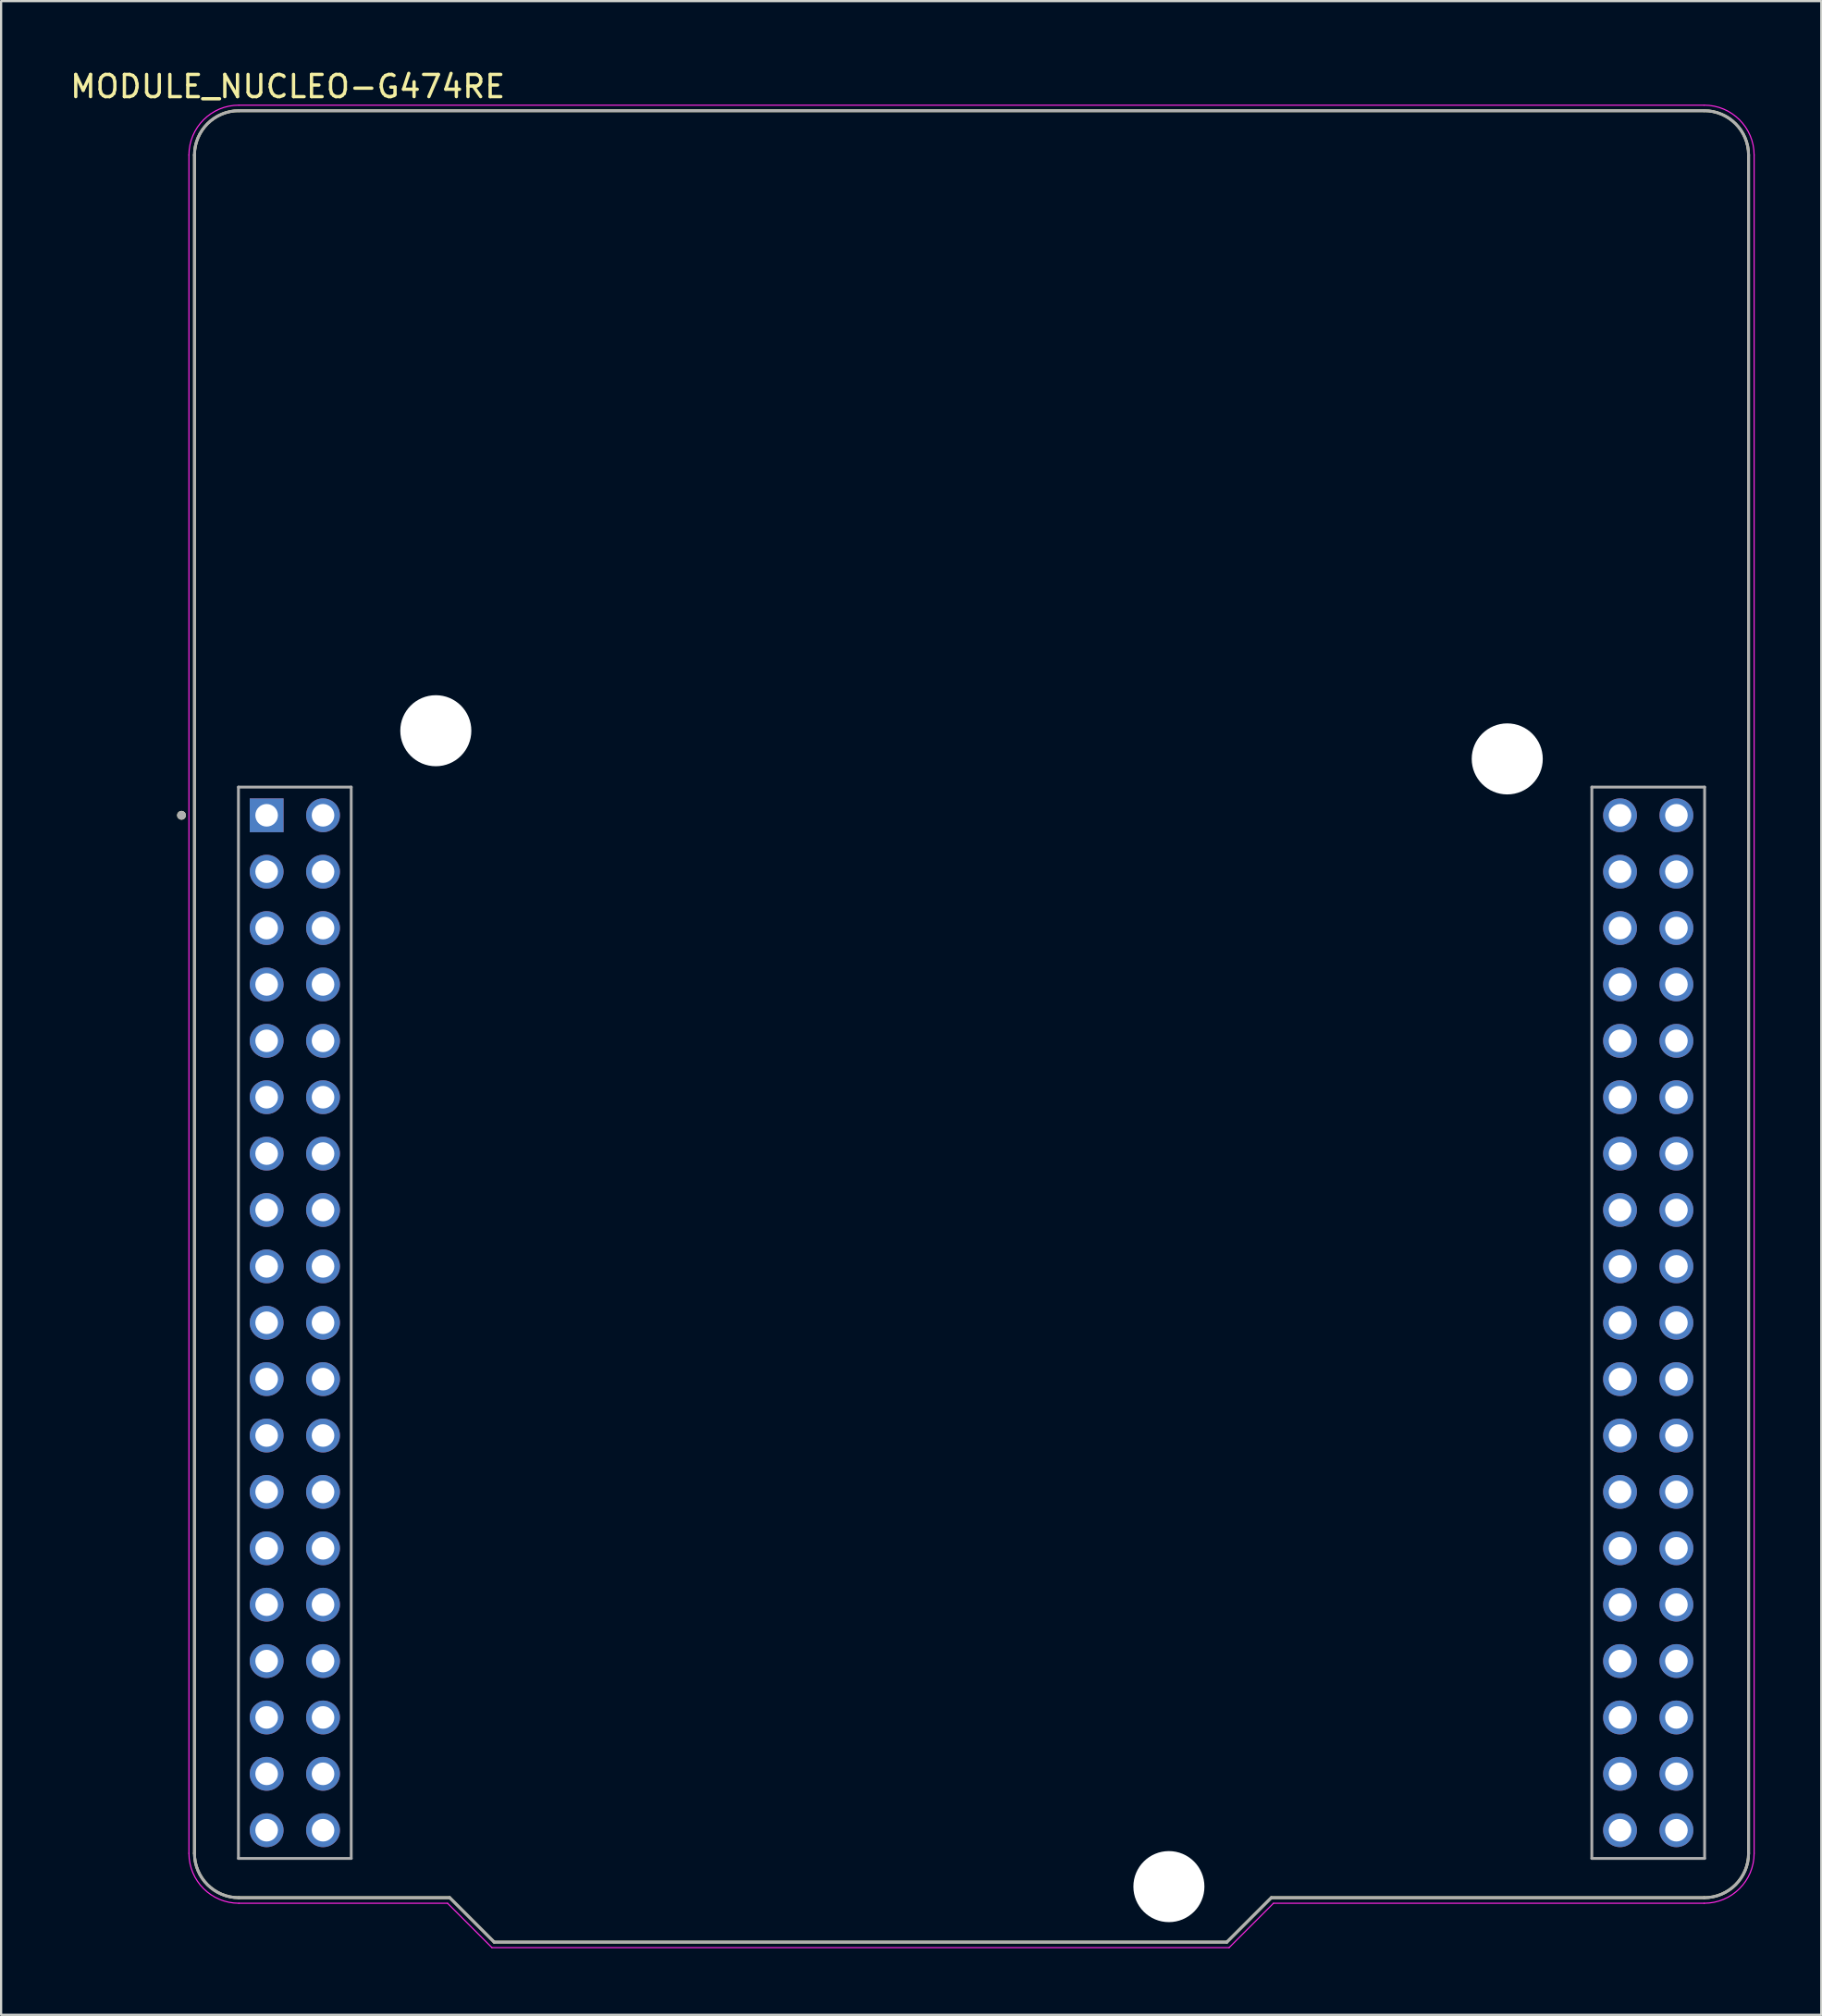
<source format=kicad_pcb>
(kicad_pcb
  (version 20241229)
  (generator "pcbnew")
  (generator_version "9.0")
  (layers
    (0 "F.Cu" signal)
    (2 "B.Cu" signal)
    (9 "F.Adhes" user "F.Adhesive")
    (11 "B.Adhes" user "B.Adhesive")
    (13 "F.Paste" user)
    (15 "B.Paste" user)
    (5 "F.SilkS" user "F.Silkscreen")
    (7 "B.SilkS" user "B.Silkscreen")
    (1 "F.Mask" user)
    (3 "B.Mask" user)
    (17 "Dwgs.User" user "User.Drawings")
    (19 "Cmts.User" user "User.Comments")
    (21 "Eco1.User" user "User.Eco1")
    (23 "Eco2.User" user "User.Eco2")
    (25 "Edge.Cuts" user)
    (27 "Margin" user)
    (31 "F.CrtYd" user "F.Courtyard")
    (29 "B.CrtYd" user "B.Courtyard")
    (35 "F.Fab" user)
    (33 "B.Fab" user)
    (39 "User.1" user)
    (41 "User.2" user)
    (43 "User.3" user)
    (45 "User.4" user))
  (footprint "MODULE_NUCLEO-G474RE"
    (layer "F.Cu")
    (at 40.71 43.187)
    (property "Reference" "MODULE_NUCLEO-G474RE" (at -30.8 -42.339 0) (layer "F.SilkS") (effects (font (size 1 1) (thickness 0.15))))
    (attr through_hole)
    (fp_line (start -35 -39.25) (end -35 37.25) (stroke (width 0.127) (type solid)) (layer "F.SilkS"))
    (fp_line (start -33 -41.25) (end 33 -41.25) (stroke (width 0.127) (type solid)) (layer "F.SilkS"))
    (fp_line (start -33 39.25) (end -23.5 39.25) (stroke (width 0.127) (type solid)) (layer "F.SilkS"))
    (fp_line (start -23.5 39.25) (end -21.5 41.25) (stroke (width 0.127) (type solid)) (layer "F.SilkS"))
    (fp_line (start -21.5 41.25) (end 11.5 41.25) (stroke (width 0.127) (type solid)) (layer "F.SilkS"))
    (fp_line (start 11.5 41.25) (end 13.5 39.25) (stroke (width 0.127) (type solid)) (layer "F.SilkS"))
    (fp_line (start 13.5 39.25) (end 33 39.25) (stroke (width 0.127) (type solid)) (layer "F.SilkS"))
    (fp_line (start 35 37.25) (end 35 -39.25) (stroke (width 0.127) (type solid)) (layer "F.SilkS"))
    (fp_arc (start -35 -39.25) (mid -34.414214 -40.664214) (end -33 -41.25) (stroke (width 0.127) (type solid)) (layer "F.SilkS"))
    (fp_arc (start -33 39.25) (mid -34.414214 38.664214) (end -35 37.25) (stroke (width 0.127) (type solid)) (layer "F.SilkS"))
    (fp_arc (start 33 -41.25) (mid 34.414214 -40.664214) (end 35 -39.25) (stroke (width 0.127) (type solid)) (layer "F.SilkS"))
    (fp_arc (start 35 37.25) (mid 34.414214 38.664214) (end 33 39.25) (stroke (width 0.127) (type solid)) (layer "F.SilkS"))
    (fp_circle (center -35.585 -9.51) (end -35.485 -9.51) (stroke (width 0.2) (type solid)) (fill no) (layer "F.SilkS"))
    (fp_line (start -35.25 -39.25) (end -35.25 37.25) (stroke (width 0.05) (type solid)) (layer "F.CrtYd"))
    (fp_line (start -33 -41.5) (end 33 -41.5) (stroke (width 0.05) (type solid)) (layer "F.CrtYd"))
    (fp_line (start -33 39.5) (end -23.6 39.5) (stroke (width 0.05) (type solid)) (layer "F.CrtYd"))
    (fp_line (start -23.6 39.5) (end -21.6 41.5) (stroke (width 0.05) (type solid)) (layer "F.CrtYd"))
    (fp_line (start -21.6 41.5) (end 11.6 41.5) (stroke (width 0.05) (type solid)) (layer "F.CrtYd"))
    (fp_line (start 11.6 41.5) (end 13.6 39.5) (stroke (width 0.05) (type solid)) (layer "F.CrtYd"))
    (fp_line (start 13.6 39.5) (end 33 39.5) (stroke (width 0.05) (type solid)) (layer "F.CrtYd"))
    (fp_line (start 35.25 37.25) (end 35.25 -39.25) (stroke (width 0.05) (type solid)) (layer "F.CrtYd"))
    (fp_arc (start -35.25 -39.25) (mid -34.59099 -40.84099) (end -33 -41.5) (stroke (width 0.05) (type solid)) (layer "F.CrtYd"))
    (fp_arc (start -33 39.5) (mid -34.59099 38.84099) (end -35.25 37.25) (stroke (width 0.05) (type solid)) (layer "F.CrtYd"))
    (fp_arc (start 33 -41.5) (mid 34.59099 -40.84099) (end 35.25 -39.25) (stroke (width 0.05) (type solid)) (layer "F.CrtYd"))
    (fp_arc (start 35.25 37.25) (mid 34.59099 38.84099) (end 33 39.5) (stroke (width 0.05) (type solid)) (layer "F.CrtYd"))
    (fp_line (start -35 -39.25) (end -35 37.25) (stroke (width 0.127) (type solid)) (layer "F.Fab"))
    (fp_line (start -33.02 -10.78) (end -27.94 -10.78) (stroke (width 0.127) (type solid)) (layer "F.Fab"))
    (fp_line (start -33.02 37.48) (end -33.02 -10.78) (stroke (width 0.127) (type solid)) (layer "F.Fab"))
    (fp_line (start -33 -41.25) (end 33 -41.25) (stroke (width 0.127) (type solid)) (layer "F.Fab"))
    (fp_line (start -33 39.25) (end -23.5 39.25) (stroke (width 0.127) (type solid)) (layer "F.Fab"))
    (fp_line (start -27.94 -10.78) (end -27.94 37.48) (stroke (width 0.127) (type solid)) (layer "F.Fab"))
    (fp_line (start -27.94 37.48) (end -33.02 37.48) (stroke (width 0.127) (type solid)) (layer "F.Fab"))
    (fp_line (start -23.5 39.25) (end -21.5 41.25) (stroke (width 0.127) (type solid)) (layer "F.Fab"))
    (fp_line (start -21.5 41.25) (end 11.5 41.25) (stroke (width 0.127) (type solid)) (layer "F.Fab"))
    (fp_line (start 11.5 41.25) (end 13.5 39.25) (stroke (width 0.127) (type solid)) (layer "F.Fab"))
    (fp_line (start 13.5 39.25) (end 33 39.25) (stroke (width 0.127) (type solid)) (layer "F.Fab"))
    (fp_line (start 27.94 -10.78) (end 33.02 -10.78) (stroke (width 0.127) (type solid)) (layer "F.Fab"))
    (fp_line (start 27.94 37.48) (end 27.94 -10.78) (stroke (width 0.127) (type solid)) (layer "F.Fab"))
    (fp_line (start 33.02 -10.78) (end 33.02 37.48) (stroke (width 0.127) (type solid)) (layer "F.Fab"))
    (fp_line (start 33.02 37.48) (end 27.94 37.48) (stroke (width 0.127) (type solid)) (layer "F.Fab"))
    (fp_line (start 35 37.25) (end 35 -39.25) (stroke (width 0.127) (type solid)) (layer "F.Fab"))
    (fp_arc (start -35 -39.25) (mid -34.414214 -40.664214) (end -33 -41.25) (stroke (width 0.127) (type solid)) (layer "F.Fab"))
    (fp_arc (start -33 39.25) (mid -34.414214 38.664214) (end -35 37.25) (stroke (width 0.127) (type solid)) (layer "F.Fab"))
    (fp_arc (start 33 -41.25) (mid 34.414214 -40.664214) (end 35 -39.25) (stroke (width 0.127) (type solid)) (layer "F.Fab"))
    (fp_arc (start 35 37.25) (mid 34.414214 38.664214) (end 33 39.25) (stroke (width 0.127) (type solid)) (layer "F.Fab"))
    (fp_circle (center -35.585 -9.51) (end -35.485 -9.51) (stroke (width 0.2) (type solid)) (fill no) (layer "F.Fab"))
    (pad "" np_thru_hole circle (at -24.13 -13.32) (size 3.2 3.2) (drill 3.2) (layers "*.Cu" "*.Mask"))
    (pad "" np_thru_hole circle (at 8.89 38.75) (size 3.2 3.2) (drill 3.2) (layers "*.Cu" "*.Mask"))
    (pad "" np_thru_hole circle (at 24.13 -12.05) (size 3.2 3.2) (drill 3.2) (layers "*.Cu" "*.Mask"))
    (pad "CN7_1" thru_hole rect (at -31.75 -9.51) (size 1.524 1.524) (drill 1.016) (layers "*.Cu" "*.Mask"))
    (pad "CN7_2" thru_hole circle (at -29.21 -9.51) (size 1.524 1.524) (drill 1.016) (layers "*.Cu" "*.Mask"))
    (pad "CN7_3" thru_hole circle (at -31.75 -6.97) (size 1.524 1.524) (drill 1.016) (layers "*.Cu" "*.Mask"))
    (pad "CN7_4" thru_hole circle (at -29.21 -6.97) (size 1.524 1.524) (drill 1.016) (layers "*.Cu" "*.Mask"))
    (pad "CN7_5" thru_hole circle (at -31.75 -4.43) (size 1.524 1.524) (drill 1.016) (layers "*.Cu" "*.Mask"))
    (pad "CN7_6" thru_hole circle (at -29.21 -4.43) (size 1.524 1.524) (drill 1.016) (layers "*.Cu" "*.Mask"))
    (pad "CN7_7" thru_hole circle (at -31.75 -1.89) (size 1.524 1.524) (drill 1.016) (layers "*.Cu" "*.Mask"))
    (pad "CN7_8" thru_hole circle (at -29.21 -1.89) (size 1.524 1.524) (drill 1.016) (layers "*.Cu" "*.Mask"))
    (pad "CN7_9" thru_hole circle (at -31.75 0.65) (size 1.524 1.524) (drill 1.016) (layers "*.Cu" "*.Mask"))
    (pad "CN7_10" thru_hole circle (at -29.21 0.65) (size 1.524 1.524) (drill 1.016) (layers "*.Cu" "*.Mask"))
    (pad "CN7_11" thru_hole circle (at -31.75 3.19) (size 1.524 1.524) (drill 1.016) (layers "*.Cu" "*.Mask"))
    (pad "CN7_12" thru_hole circle (at -29.21 3.19) (size 1.524 1.524) (drill 1.016) (layers "*.Cu" "*.Mask"))
    (pad "CN7_13" thru_hole circle (at -31.75 5.73) (size 1.524 1.524) (drill 1.016) (layers "*.Cu" "*.Mask"))
    (pad "CN7_14" thru_hole circle (at -29.21 5.73) (size 1.524 1.524) (drill 1.016) (layers "*.Cu" "*.Mask"))
    (pad "CN7_15" thru_hole circle (at -31.75 8.27) (size 1.524 1.524) (drill 1.016) (layers "*.Cu" "*.Mask"))
    (pad "CN7_16" thru_hole circle (at -29.21 8.27) (size 1.524 1.524) (drill 1.016) (layers "*.Cu" "*.Mask"))
    (pad "CN7_17" thru_hole circle (at -31.75 10.81) (size 1.524 1.524) (drill 1.016) (layers "*.Cu" "*.Mask"))
    (pad "CN7_18" thru_hole circle (at -29.21 10.81) (size 1.524 1.524) (drill 1.016) (layers "*.Cu" "*.Mask"))
    (pad "CN7_19" thru_hole circle (at -31.75 13.35) (size 1.524 1.524) (drill 1.016) (layers "*.Cu" "*.Mask"))
    (pad "CN7_20" thru_hole circle (at -29.21 13.35) (size 1.524 1.524) (drill 1.016) (layers "*.Cu" "*.Mask"))
    (pad "CN7_21" thru_hole circle (at -31.75 15.89) (size 1.524 1.524) (drill 1.016) (layers "*.Cu" "*.Mask"))
    (pad "CN7_22" thru_hole circle (at -29.21 15.89) (size 1.524 1.524) (drill 1.016) (layers "*.Cu" "*.Mask"))
    (pad "CN7_23" thru_hole circle (at -31.75 18.43) (size 1.524 1.524) (drill 1.016) (layers "*.Cu" "*.Mask"))
    (pad "CN7_24" thru_hole circle (at -29.21 18.43) (size 1.524 1.524) (drill 1.016) (layers "*.Cu" "*.Mask"))
    (pad "CN7_25" thru_hole circle (at -31.75 20.97) (size 1.524 1.524) (drill 1.016) (layers "*.Cu" "*.Mask"))
    (pad "CN7_26" thru_hole circle (at -29.21 20.97) (size 1.524 1.524) (drill 1.016) (layers "*.Cu" "*.Mask"))
    (pad "CN7_27" thru_hole circle (at -31.75 23.51) (size 1.524 1.524) (drill 1.016) (layers "*.Cu" "*.Mask"))
    (pad "CN7_28" thru_hole circle (at -29.21 23.51) (size 1.524 1.524) (drill 1.016) (layers "*.Cu" "*.Mask"))
    (pad "CN7_29" thru_hole circle (at -31.75 26.05) (size 1.524 1.524) (drill 1.016) (layers "*.Cu" "*.Mask"))
    (pad "CN7_30" thru_hole circle (at -29.21 26.05) (size 1.524 1.524) (drill 1.016) (layers "*.Cu" "*.Mask"))
    (pad "CN7_31" thru_hole circle (at -31.75 28.59) (size 1.524 1.524) (drill 1.016) (layers "*.Cu" "*.Mask"))
    (pad "CN7_32" thru_hole circle (at -29.21 28.59) (size 1.524 1.524) (drill 1.016) (layers "*.Cu" "*.Mask"))
    (pad "CN7_33" thru_hole circle (at -31.75 31.13) (size 1.524 1.524) (drill 1.016) (layers "*.Cu" "*.Mask"))
    (pad "CN7_34" thru_hole circle (at -29.21 31.13) (size 1.524 1.524) (drill 1.016) (layers "*.Cu" "*.Mask"))
    (pad "CN7_35" thru_hole circle (at -31.75 33.67) (size 1.524 1.524) (drill 1.016) (layers "*.Cu" "*.Mask"))
    (pad "CN7_36" thru_hole circle (at -29.21 33.67) (size 1.524 1.524) (drill 1.016) (layers "*.Cu" "*.Mask"))
    (pad "CN7_37" thru_hole circle (at -31.75 36.21) (size 1.524 1.524) (drill 1.016) (layers "*.Cu" "*.Mask"))
    (pad "CN7_38" thru_hole circle (at -29.21 36.21) (size 1.524 1.524) (drill 1.016) (layers "*.Cu" "*.Mask"))
    (pad "CN10_1" thru_hole circle (at 29.21 -9.51) (size 1.524 1.524) (drill 1.016) (layers "*.Cu" "*.Mask"))
    (pad "CN10_2" thru_hole circle (at 31.75 -9.51) (size 1.524 1.524) (drill 1.016) (layers "*.Cu" "*.Mask"))
    (pad "CN10_3" thru_hole circle (at 29.21 -6.97) (size 1.524 1.524) (drill 1.016) (layers "*.Cu" "*.Mask"))
    (pad "CN10_4" thru_hole circle (at 31.75 -6.97) (size 1.524 1.524) (drill 1.016) (layers "*.Cu" "*.Mask"))
    (pad "CN10_5" thru_hole circle (at 29.21 -4.43) (size 1.524 1.524) (drill 1.016) (layers "*.Cu" "*.Mask"))
    (pad "CN10_6" thru_hole circle (at 31.75 -4.43) (size 1.524 1.524) (drill 1.016) (layers "*.Cu" "*.Mask"))
    (pad "CN10_7" thru_hole circle (at 29.21 -1.89) (size 1.524 1.524) (drill 1.016) (layers "*.Cu" "*.Mask"))
    (pad "CN10_8" thru_hole circle (at 31.75 -1.89) (size 1.524 1.524) (drill 1.016) (layers "*.Cu" "*.Mask"))
    (pad "CN10_9" thru_hole circle (at 29.21 0.65) (size 1.524 1.524) (drill 1.016) (layers "*.Cu" "*.Mask"))
    (pad "CN10_10" thru_hole circle (at 31.75 0.65) (size 1.524 1.524) (drill 1.016) (layers "*.Cu" "*.Mask"))
    (pad "CN10_11" thru_hole circle (at 29.21 3.19) (size 1.524 1.524) (drill 1.016) (layers "*.Cu" "*.Mask"))
    (pad "CN10_12" thru_hole circle (at 31.75 3.19) (size 1.524 1.524) (drill 1.016) (layers "*.Cu" "*.Mask"))
    (pad "CN10_13" thru_hole circle (at 29.21 5.73) (size 1.524 1.524) (drill 1.016) (layers "*.Cu" "*.Mask"))
    (pad "CN10_14" thru_hole circle (at 31.75 5.73) (size 1.524 1.524) (drill 1.016) (layers "*.Cu" "*.Mask"))
    (pad "CN10_15" thru_hole circle (at 29.21 8.27) (size 1.524 1.524) (drill 1.016) (layers "*.Cu" "*.Mask"))
    (pad "CN10_16" thru_hole circle (at 31.75 8.27) (size 1.524 1.524) (drill 1.016) (layers "*.Cu" "*.Mask"))
    (pad "CN10_17" thru_hole circle (at 29.21 10.81) (size 1.524 1.524) (drill 1.016) (layers "*.Cu" "*.Mask"))
    (pad "CN10_18" thru_hole circle (at 31.75 10.81) (size 1.524 1.524) (drill 1.016) (layers "*.Cu" "*.Mask"))
    (pad "CN10_19" thru_hole circle (at 29.21 13.35) (size 1.524 1.524) (drill 1.016) (layers "*.Cu" "*.Mask"))
    (pad "CN10_20" thru_hole circle (at 31.75 13.35) (size 1.524 1.524) (drill 1.016) (layers "*.Cu" "*.Mask"))
    (pad "CN10_21" thru_hole circle (at 29.21 15.89) (size 1.524 1.524) (drill 1.016) (layers "*.Cu" "*.Mask"))
    (pad "CN10_22" thru_hole circle (at 31.75 15.89) (size 1.524 1.524) (drill 1.016) (layers "*.Cu" "*.Mask"))
    (pad "CN10_23" thru_hole circle (at 29.21 18.43) (size 1.524 1.524) (drill 1.016) (layers "*.Cu" "*.Mask"))
    (pad "CN10_24" thru_hole circle (at 31.75 18.43) (size 1.524 1.524) (drill 1.016) (layers "*.Cu" "*.Mask"))
    (pad "CN10_25" thru_hole circle (at 29.21 20.97) (size 1.524 1.524) (drill 1.016) (layers "*.Cu" "*.Mask"))
    (pad "CN10_26" thru_hole circle (at 31.75 20.97) (size 1.524 1.524) (drill 1.016) (layers "*.Cu" "*.Mask"))
    (pad "CN10_27" thru_hole circle (at 29.21 23.51) (size 1.524 1.524) (drill 1.016) (layers "*.Cu" "*.Mask"))
    (pad "CN10_28" thru_hole circle (at 31.75 23.51) (size 1.524 1.524) (drill 1.016) (layers "*.Cu" "*.Mask"))
    (pad "CN10_29" thru_hole circle (at 29.21 26.05) (size 1.524 1.524) (drill 1.016) (layers "*.Cu" "*.Mask"))
    (pad "CN10_30" thru_hole circle (at 31.75 26.05) (size 1.524 1.524) (drill 1.016) (layers "*.Cu" "*.Mask"))
    (pad "CN10_31" thru_hole circle (at 29.21 28.59) (size 1.524 1.524) (drill 1.016) (layers "*.Cu" "*.Mask"))
    (pad "CN10_32" thru_hole circle (at 31.75 28.59) (size 1.524 1.524) (drill 1.016) (layers "*.Cu" "*.Mask"))
    (pad "CN10_33" thru_hole circle (at 29.21 31.13) (size 1.524 1.524) (drill 1.016) (layers "*.Cu" "*.Mask"))
    (pad "CN10_34" thru_hole circle (at 31.75 31.13) (size 1.524 1.524) (drill 1.016) (layers "*.Cu" "*.Mask"))
    (pad "CN10_35" thru_hole circle (at 29.21 33.67) (size 1.524 1.524) (drill 1.016) (layers "*.Cu" "*.Mask"))
    (pad "CN10_36" thru_hole circle (at 31.75 33.67) (size 1.524 1.524) (drill 1.016) (layers "*.Cu" "*.Mask"))
    (pad "CN10_37" thru_hole circle (at 29.21 36.21) (size 1.524 1.524) (drill 1.016) (layers "*.Cu" "*.Mask"))
    (pad "CN10_38" thru_hole circle (at 31.75 36.21) (size 1.524 1.524) (drill 1.016) (layers "*.Cu" "*.Mask")))
  (gr_rect
    (start -3 -3)
    (end 78.985 87.712)
    (stroke (width 0.1) (type default))
    (fill no)
    (layer "Edge.Cuts")))
</source>
